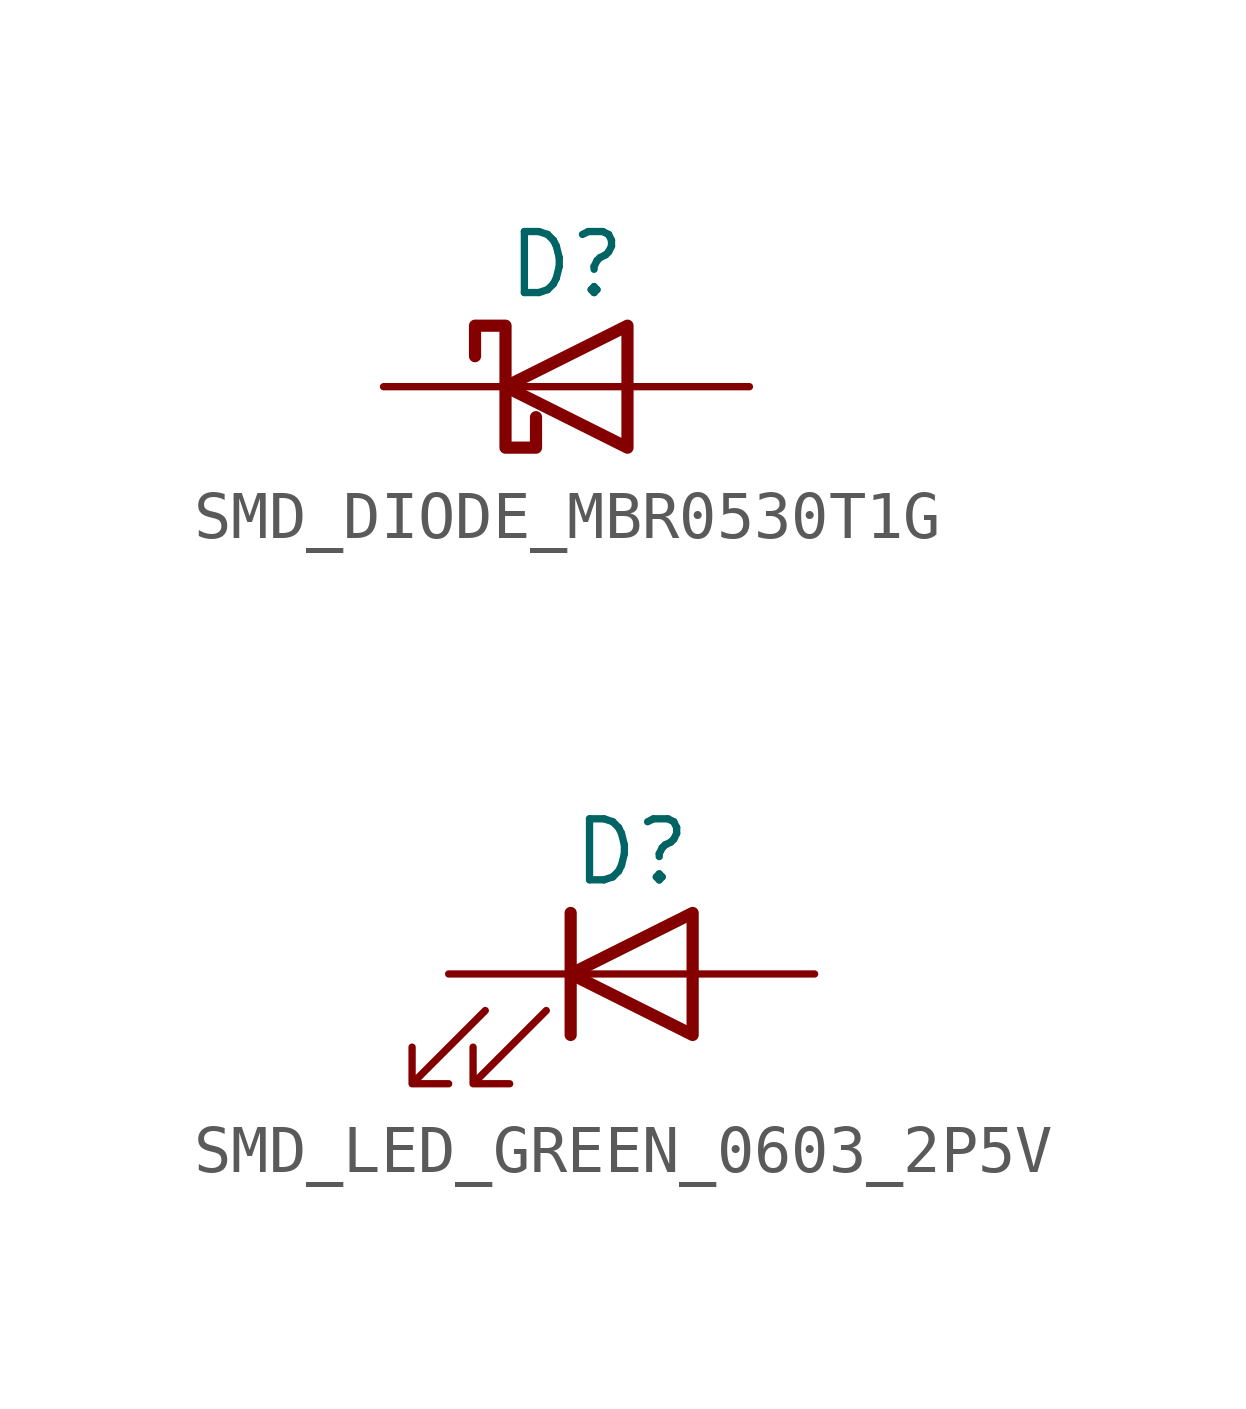
<source format=kicad_sym>
(kicad_symbol_lib
  (version 20241209)
  (generator "kicad_symbol_editor")
  (generator_version "9.0")
  (symbol "SMD_DIODE_MBR0530T1G"
    (pin_numbers
      (hide yes))
    (pin_names
      (offset 1.016)
      (hide yes))
    (property "Reference" "D"
      (at 0 2.54 0)
      (effects (font (size 1.27 1.27))))
    (symbol "SMD_DIODE_MBR0530T1G_0_1"
      (polyline (pts (xy -1.905 0.635) (xy -1.905 1.27) (xy -1.27 1.27) (xy -1.27 -1.27) (xy -0.635 -1.27) (xy -0.635 -0.635)) (stroke (width 0.254) (type default)) (fill (type none)))
      (polyline (pts (xy 1.27 1.27) (xy 1.27 -1.27) (xy -1.27 0) (xy 1.27 1.27)) (stroke (width 0.254) (type default)) (fill (type none)))
      (polyline (pts (xy 1.27 0) (xy -1.27 0)) (stroke (width 0) (type default)) (fill (type none))))
    (symbol "SMD_DIODE_MBR0530T1G_1_1"
      (pin passive line (at -3.81 0 0) (length 2.54) (name "K" (effects (font (size 1.27 1.27)))) (number "1" (effects (font (size 1.27 1.27)))))
      (pin passive line (at 3.81 0 180) (length 2.54) (name "A" (effects (font (size 1.27 1.27)))) (number "2" (effects (font (size 1.27 1.27)))))))
  (symbol "SMD_LED_GREEN_0603_2P5V"
    (pin_numbers
      (hide yes))
    (pin_names
      (offset 1.016)
      (hide yes))
    (property "Reference" "D"
      (at 0 2.54 0)
      (effects (font (size 1.27 1.27))))
    (symbol "SMD_LED_GREEN_0603_2P5V_0_1"
      (polyline (pts (xy -3.048 -0.762) (xy -4.572 -2.286) (xy -3.81 -2.286) (xy -4.572 -2.286) (xy -4.572 -1.524)) (stroke (width 0) (type default)) (fill (type none)))
      (polyline (pts (xy -1.778 -0.762) (xy -3.302 -2.286) (xy -2.54 -2.286) (xy -3.302 -2.286) (xy -3.302 -1.524)) (stroke (width 0) (type default)) (fill (type none)))
      (polyline (pts (xy -1.27 0) (xy 1.27 0)) (stroke (width 0) (type default)) (fill (type none)))
      (polyline (pts (xy -1.27 -1.27) (xy -1.27 1.27)) (stroke (width 0.254) (type default)) (fill (type none)))
      (polyline (pts (xy 1.27 -1.27) (xy 1.27 1.27) (xy -1.27 0) (xy 1.27 -1.27)) (stroke (width 0.254) (type default)) (fill (type none))))
    (symbol "SMD_LED_GREEN_0603_2P5V_1_1"
      (pin passive line (at -3.81 0 0) (length 2.54) (name "K" (effects (font (size 1.27 1.27)))) (number "1" (effects (font (size 1.27 1.27)))))
      (pin passive line (at 3.81 0 180) (length 2.54) (name "A" (effects (font (size 1.27 1.27)))) (number "2" (effects (font (size 1.27 1.27))))))))
</source>
